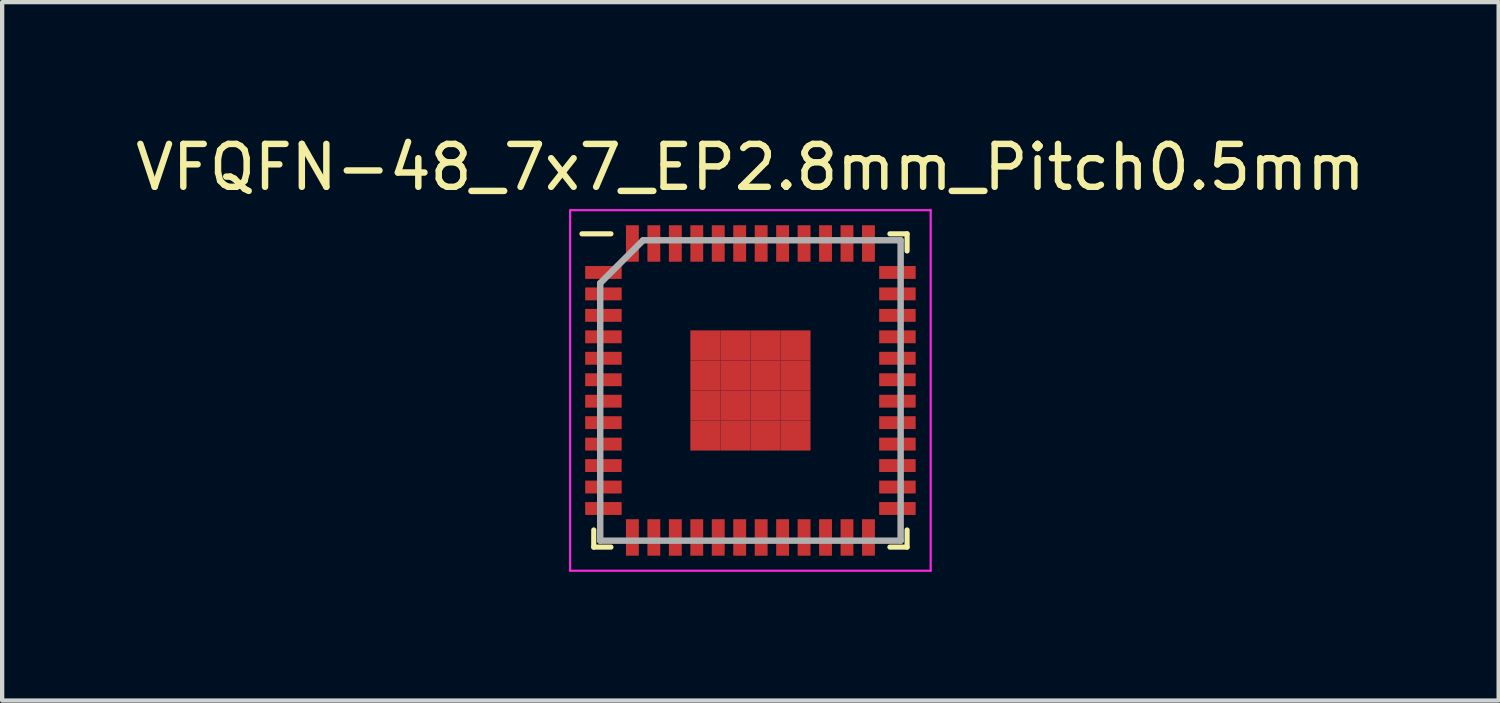
<source format=kicad_pcb>
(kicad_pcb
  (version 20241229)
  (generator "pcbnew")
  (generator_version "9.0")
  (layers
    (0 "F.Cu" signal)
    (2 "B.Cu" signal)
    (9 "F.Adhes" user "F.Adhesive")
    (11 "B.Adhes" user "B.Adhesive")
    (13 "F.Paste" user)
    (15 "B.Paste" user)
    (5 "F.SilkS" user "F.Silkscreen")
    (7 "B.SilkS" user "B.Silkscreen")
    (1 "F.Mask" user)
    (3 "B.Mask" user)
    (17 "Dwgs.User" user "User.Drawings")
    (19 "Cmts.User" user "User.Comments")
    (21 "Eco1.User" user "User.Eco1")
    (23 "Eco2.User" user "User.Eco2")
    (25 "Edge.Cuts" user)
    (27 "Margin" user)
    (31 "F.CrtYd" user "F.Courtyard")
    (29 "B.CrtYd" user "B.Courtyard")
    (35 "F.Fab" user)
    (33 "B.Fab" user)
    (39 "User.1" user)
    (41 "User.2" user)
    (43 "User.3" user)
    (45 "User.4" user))
  (footprint "VFQFN-48_7x7_EP2.8mm_Pitch0.5mm"
    (layer "F.Cu")
    (at 14.435 6.048)
    (property "Reference" "VFQFN-48_7x7_EP2.8mm_Pitch0.5mm" (at 0 -5.2 0) (layer "F.SilkS") (effects (font (size 1 1) (thickness 0.15))))
    (attr smd)
    (fp_line (start -3.65 3.65) (end -3.65 3.25) (stroke (width 0.12) (type default)) (layer "F.SilkS"))
    (fp_line (start -3.25 -3.65) (end -3.925 -3.65) (stroke (width 0.12) (type default)) (layer "F.SilkS"))
    (fp_line (start -3.25 3.65) (end -3.65 3.65) (stroke (width 0.12) (type default)) (layer "F.SilkS"))
    (fp_line (start 3.25 -3.65) (end 3.65 -3.65) (stroke (width 0.12) (type default)) (layer "F.SilkS"))
    (fp_line (start 3.25 3.65) (end 3.65 3.65) (stroke (width 0.12) (type default)) (layer "F.SilkS"))
    (fp_line (start 3.65 -3.65) (end 3.65 -3.25) (stroke (width 0.12) (type default)) (layer "F.SilkS"))
    (fp_line (start 3.65 3.65) (end 3.65 3.25) (stroke (width 0.12) (type default)) (layer "F.SilkS"))
    (fp_line (start -4.2 -4.2) (end 4.2 -4.2) (stroke (width 0.05) (type default)) (layer "F.CrtYd"))
    (fp_line (start -4.2 4.2) (end -4.2 -4.2) (stroke (width 0.05) (type default)) (layer "F.CrtYd"))
    (fp_line (start 4.2 -4.2) (end 4.2 4.2) (stroke (width 0.05) (type default)) (layer "F.CrtYd"))
    (fp_line (start 4.2 4.2) (end -4.2 4.2) (stroke (width 0.05) (type default)) (layer "F.CrtYd"))
    (fp_line (start -3.5 -2.5) (end -3.5 3.5) (stroke (width 0.15) (type default)) (layer "F.Fab"))
    (fp_line (start -3.5 3.5) (end 3.5 3.5) (stroke (width 0.15) (type default)) (layer "F.Fab"))
    (fp_line (start -2.5 -3.5) (end -3.5 -2.5) (stroke (width 0.15) (type default)) (layer "F.Fab"))
    (fp_line (start 3.5 -3.5) (end -2.5 -3.5) (stroke (width 0.15) (type default)) (layer "F.Fab"))
    (fp_line (start 3.5 3.5) (end 3.5 -3.5) (stroke (width 0.15) (type default)) (layer "F.Fab"))
    (pad "" smd roundrect (at -1.05 -1.05) (size 0.6 0.6) (layers "F.Paste") (roundrect_rratio 0.25))
    (pad "" smd roundrect (at -1.05 -0.35) (size 0.6 0.6) (layers "F.Paste") (roundrect_rratio 0.25))
    (pad "" smd roundrect (at -1.05 0.35) (size 0.6 0.6) (layers "F.Paste") (roundrect_rratio 0.25))
    (pad "" smd roundrect (at -1.05 1.05) (size 0.6 0.6) (layers "F.Paste") (roundrect_rratio 0.25))
    (pad "" smd roundrect (at -0.35 -1.05) (size 0.6 0.6) (layers "F.Paste") (roundrect_rratio 0.25))
    (pad "" smd roundrect (at -0.35 -0.35) (size 0.6 0.6) (layers "F.Paste") (roundrect_rratio 0.25))
    (pad "" smd roundrect (at -0.35 0.35) (size 0.6 0.6) (layers "F.Paste") (roundrect_rratio 0.25))
    (pad "" smd roundrect (at -0.35 1.05) (size 0.6 0.6) (layers "F.Paste") (roundrect_rratio 0.25))
    (pad "" smd roundrect (at 0.35 -1.05) (size 0.6 0.6) (layers "F.Paste") (roundrect_rratio 0.25))
    (pad "" smd roundrect (at 0.35 -0.35) (size 0.6 0.6) (layers "F.Paste") (roundrect_rratio 0.25))
    (pad "" smd roundrect (at 0.35 0.35) (size 0.6 0.6) (layers "F.Paste") (roundrect_rratio 0.25))
    (pad "" smd roundrect (at 0.35 1.05) (size 0.6 0.6) (layers "F.Paste") (roundrect_rratio 0.25))
    (pad "" smd roundrect (at 1.05 -1.05) (size 0.6 0.6) (layers "F.Paste") (roundrect_rratio 0.25))
    (pad "" smd roundrect (at 1.05 -0.35) (size 0.6 0.6) (layers "F.Paste") (roundrect_rratio 0.25))
    (pad "" smd roundrect (at 1.05 0.35) (size 0.6 0.6) (layers "F.Paste") (roundrect_rratio 0.25))
    (pad "" smd roundrect (at 1.05 1.05) (size 0.6 0.6) (layers "F.Paste") (roundrect_rratio 0.25))
    (pad "1" smd rect (at -3.425 -2.75 90) (size 0.3 0.85) (layers "F.Cu" "F.Mask" "F.Paste"))
    (pad "2" smd rect (at -3.425 -2.25 90) (size 0.3 0.85) (layers "F.Cu" "F.Mask" "F.Paste"))
    (pad "3" smd rect (at -3.425 -1.75 90) (size 0.3 0.85) (layers "F.Cu" "F.Mask" "F.Paste"))
    (pad "4" smd rect (at -3.425 -1.25 90) (size 0.3 0.85) (layers "F.Cu" "F.Mask" "F.Paste"))
    (pad "5" smd rect (at -3.425 -0.75 90) (size 0.3 0.85) (layers "F.Cu" "F.Mask" "F.Paste"))
    (pad "6" smd rect (at -3.425 -0.25 90) (size 0.3 0.85) (layers "F.Cu" "F.Mask" "F.Paste"))
    (pad "7" smd rect (at -3.425 0.25 90) (size 0.3 0.85) (layers "F.Cu" "F.Mask" "F.Paste"))
    (pad "8" smd rect (at -3.425 0.75 90) (size 0.3 0.85) (layers "F.Cu" "F.Mask" "F.Paste"))
    (pad "9" smd rect (at -3.425 1.25 90) (size 0.3 0.85) (layers "F.Cu" "F.Mask" "F.Paste"))
    (pad "10" smd rect (at -3.425 1.75 90) (size 0.3 0.85) (layers "F.Cu" "F.Mask" "F.Paste"))
    (pad "11" smd rect (at -3.425 2.25 90) (size 0.3 0.85) (layers "F.Cu" "F.Mask" "F.Paste"))
    (pad "12" smd rect (at -3.425 2.75 90) (size 0.3 0.85) (layers "F.Cu" "F.Mask" "F.Paste"))
    (pad "13" smd rect (at -2.75 3.425) (size 0.3 0.85) (layers "F.Cu" "F.Mask" "F.Paste"))
    (pad "14" smd rect (at -2.25 3.425) (size 0.3 0.85) (layers "F.Cu" "F.Mask" "F.Paste"))
    (pad "15" smd rect (at -1.75 3.425) (size 0.3 0.85) (layers "F.Cu" "F.Mask" "F.Paste"))
    (pad "16" smd rect (at -1.25 3.425) (size 0.3 0.85) (layers "F.Cu" "F.Mask" "F.Paste"))
    (pad "17" smd rect (at -0.75 3.425) (size 0.3 0.85) (layers "F.Cu" "F.Mask" "F.Paste"))
    (pad "18" smd rect (at -0.25 3.425) (size 0.3 0.85) (layers "F.Cu" "F.Mask" "F.Paste"))
    (pad "19" smd rect (at 0.25 3.425) (size 0.3 0.85) (layers "F.Cu" "F.Mask" "F.Paste"))
    (pad "20" smd rect (at 0.75 3.425) (size 0.3 0.85) (layers "F.Cu" "F.Mask" "F.Paste"))
    (pad "21" smd rect (at 1.25 3.425) (size 0.3 0.85) (layers "F.Cu" "F.Mask" "F.Paste"))
    (pad "22" smd rect (at 1.75 3.425) (size 0.3 0.85) (layers "F.Cu" "F.Mask" "F.Paste"))
    (pad "23" smd rect (at 2.25 3.425) (size 0.3 0.85) (layers "F.Cu" "F.Mask" "F.Paste"))
    (pad "24" smd rect (at 2.75 3.425) (size 0.3 0.85) (layers "F.Cu" "F.Mask" "F.Paste"))
    (pad "25" smd rect (at 3.425 2.75 90) (size 0.3 0.85) (layers "F.Cu" "F.Mask" "F.Paste"))
    (pad "26" smd rect (at 3.425 2.25 90) (size 0.3 0.85) (layers "F.Cu" "F.Mask" "F.Paste"))
    (pad "27" smd rect (at 3.425 1.75 90) (size 0.3 0.85) (layers "F.Cu" "F.Mask" "F.Paste"))
    (pad "28" smd rect (at 3.425 1.25 90) (size 0.3 0.85) (layers "F.Cu" "F.Mask" "F.Paste"))
    (pad "29" smd rect (at 3.425 0.75 90) (size 0.3 0.85) (layers "F.Cu" "F.Mask" "F.Paste"))
    (pad "30" smd rect (at 3.425 0.25 90) (size 0.3 0.85) (layers "F.Cu" "F.Mask" "F.Paste"))
    (pad "31" smd rect (at 3.425 -0.25 90) (size 0.3 0.85) (layers "F.Cu" "F.Mask" "F.Paste"))
    (pad "32" smd rect (at 3.425 -0.75 90) (size 0.3 0.85) (layers "F.Cu" "F.Mask" "F.Paste"))
    (pad "33" smd rect (at 3.425 -1.25 90) (size 0.3 0.85) (layers "F.Cu" "F.Mask" "F.Paste"))
    (pad "34" smd rect (at 3.425 -1.75 90) (size 0.3 0.85) (layers "F.Cu" "F.Mask" "F.Paste"))
    (pad "35" smd rect (at 3.425 -2.25 90) (size 0.3 0.85) (layers "F.Cu" "F.Mask" "F.Paste"))
    (pad "36" smd rect (at 3.425 -2.75 90) (size 0.3 0.85) (layers "F.Cu" "F.Mask" "F.Paste"))
    (pad "37" smd rect (at 2.75 -3.425) (size 0.3 0.85) (layers "F.Cu" "F.Mask" "F.Paste"))
    (pad "38" smd rect (at 2.25 -3.425) (size 0.3 0.85) (layers "F.Cu" "F.Mask" "F.Paste"))
    (pad "39" smd rect (at 1.75 -3.425) (size 0.3 0.85) (layers "F.Cu" "F.Mask" "F.Paste"))
    (pad "40" smd rect (at 1.25 -3.425) (size 0.3 0.85) (layers "F.Cu" "F.Mask" "F.Paste"))
    (pad "41" smd rect (at 0.75 -3.425) (size 0.3 0.85) (layers "F.Cu" "F.Mask" "F.Paste"))
    (pad "42" smd rect (at 0.25 -3.425) (size 0.3 0.85) (layers "F.Cu" "F.Mask" "F.Paste"))
    (pad "43" smd rect (at -0.25 -3.425) (size 0.3 0.85) (layers "F.Cu" "F.Mask" "F.Paste"))
    (pad "44" smd rect (at -0.75 -3.425) (size 0.3 0.85) (layers "F.Cu" "F.Mask" "F.Paste"))
    (pad "45" smd rect (at -1.25 -3.425) (size 0.3 0.85) (layers "F.Cu" "F.Mask" "F.Paste"))
    (pad "46" smd rect (at -1.75 -3.425) (size 0.3 0.85) (layers "F.Cu" "F.Mask" "F.Paste"))
    (pad "47" smd rect (at -2.25 -3.425) (size 0.3 0.85) (layers "F.Cu" "F.Mask" "F.Paste"))
    (pad "48" smd rect (at -2.75 -3.425) (size 0.3 0.85) (layers "F.Cu" "F.Mask" "F.Paste"))
    (pad "49" smd rect (at -1.05 -1.05) (size 0.7 0.7) (layers "F.Cu" "F.Mask" "F.Paste"))
    (pad "49" smd rect (at -1.05 -0.35) (size 0.7 0.7) (layers "F.Cu" "F.Mask" "F.Paste"))
    (pad "49" smd rect (at -1.05 0.35) (size 0.7 0.7) (layers "F.Cu" "F.Mask" "F.Paste"))
    (pad "49" smd rect (at -1.05 1.05) (size 0.7 0.7) (layers "F.Cu" "F.Mask" "F.Paste"))
    (pad "49" smd rect (at -0.35 -1.05) (size 0.7 0.7) (layers "F.Cu" "F.Mask" "F.Paste"))
    (pad "49" smd rect (at -0.35 -0.35) (size 0.7 0.7) (layers "F.Cu" "F.Mask" "F.Paste"))
    (pad "49" smd rect (at -0.35 0.35) (size 0.7 0.7) (layers "F.Cu" "F.Mask" "F.Paste"))
    (pad "49" smd rect (at -0.35 1.05) (size 0.7 0.7) (layers "F.Cu" "F.Mask" "F.Paste"))
    (pad "49" smd rect (at 0.35 -1.05) (size 0.7 0.7) (layers "F.Cu" "F.Mask" "F.Paste"))
    (pad "49" smd rect (at 0.35 -0.35) (size 0.7 0.7) (layers "F.Cu" "F.Mask" "F.Paste"))
    (pad "49" smd rect (at 0.35 0.35) (size 0.7 0.7) (layers "F.Cu" "F.Mask" "F.Paste"))
    (pad "49" smd rect (at 0.35 1.05) (size 0.7 0.7) (layers "F.Cu" "F.Mask" "F.Paste"))
    (pad "49" smd rect (at 1.05 -1.05) (size 0.7 0.7) (layers "F.Cu" "F.Mask" "F.Paste"))
    (pad "49" smd rect (at 1.05 -0.35) (size 0.7 0.7) (layers "F.Cu" "F.Mask" "F.Paste"))
    (pad "49" smd rect (at 1.05 0.35) (size 0.7 0.7) (layers "F.Cu" "F.Mask" "F.Paste"))
    (pad "49" smd rect (at 1.05 1.05) (size 0.7 0.7) (layers "F.Cu" "F.Mask" "F.Paste")))
  (gr_rect
    (start -3 -3)
    (end 31.869 13.273)
    (stroke (width 0.1) (type default))
    (fill no)
    (layer "Edge.Cuts")))
</source>
